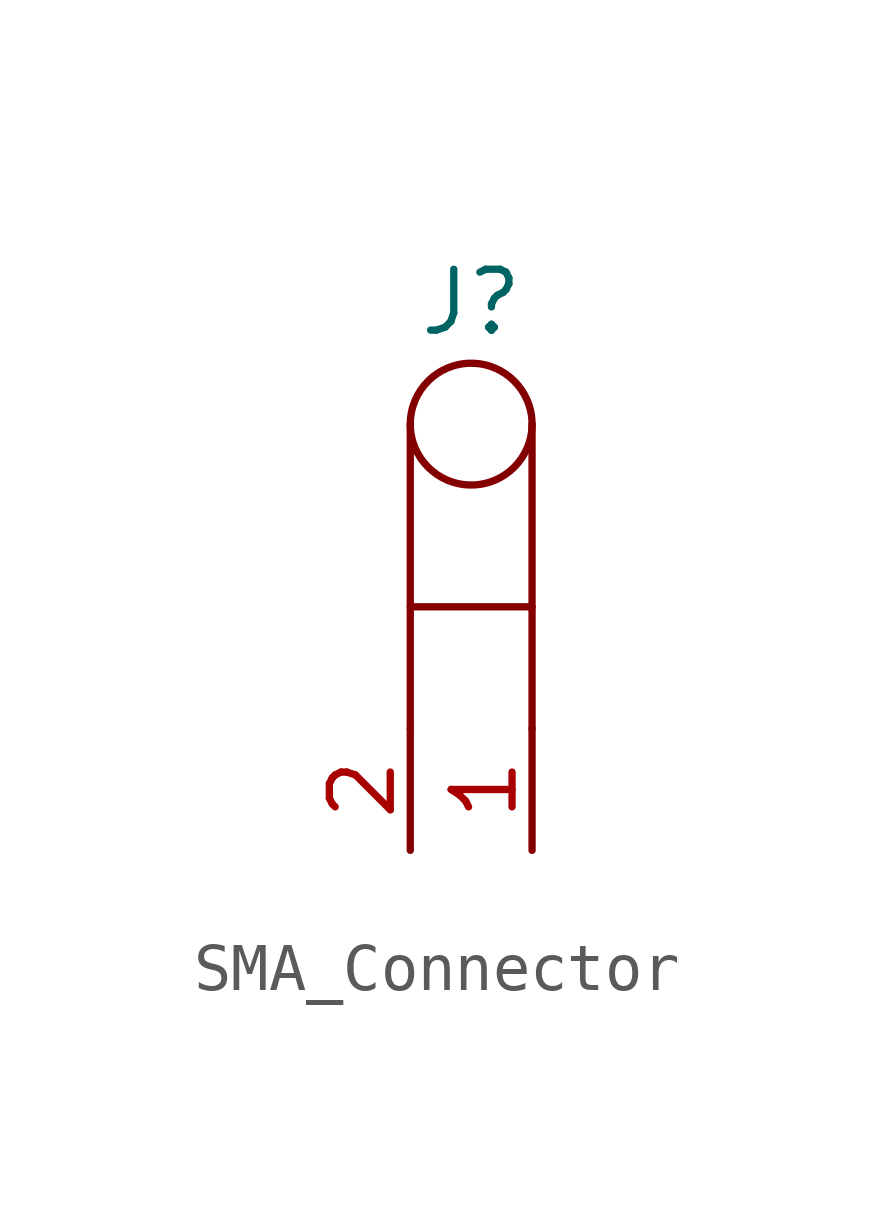
<source format=kicad_sym>
(kicad_symbol_lib
  (version 20231120)
  (generator "kicad_symbol_editor")
  (generator_version "8.0")
  (symbol "SMA_Connector"
    (property "Reference" "J"
      (at 0 2.54 0)
      (effects (font (size 1.27 1.27))))
    (property "Value" ""
      (at 0 0 0)
      (effects (font (size 1.27 1.27))))
    (symbol "SMA_Connector_0_1"
      (polyline (pts (xy -1.27 -3.81) (xy -1.27 -6.35) (xy -1.27 -3.81)) (stroke (width 0) (type default)) (fill (type none)))
      (polyline (pts (xy 1.27 -6.35) (xy 1.27 -3.81) (xy 1.27 -6.35)) (stroke (width 0) (type default)) (fill (type none)))
      (polyline (pts (xy 1.27 0) (xy 1.27 -3.81) (xy -1.27 -3.81) (xy -1.27 0)) (stroke (width 0) (type default)) (fill (type none)))
      (circle (center 0 0) (radius 1.27) (stroke (width 0) (type default)) (fill (type none))))
    (symbol "SMA_Connector_1_1"
      (pin input line (at 1.27 -8.89 90) (length 2.54) (name "" (effects (font (size 1.27 1.27)))) (number "1" (effects (font (size 1.27 1.27)))))
      (pin input line (at -1.27 -8.89 90) (length 2.54) (name "" (effects (font (size 1.27 1.27)))) (number "2" (effects (font (size 1.27 1.27))))))))
</source>
